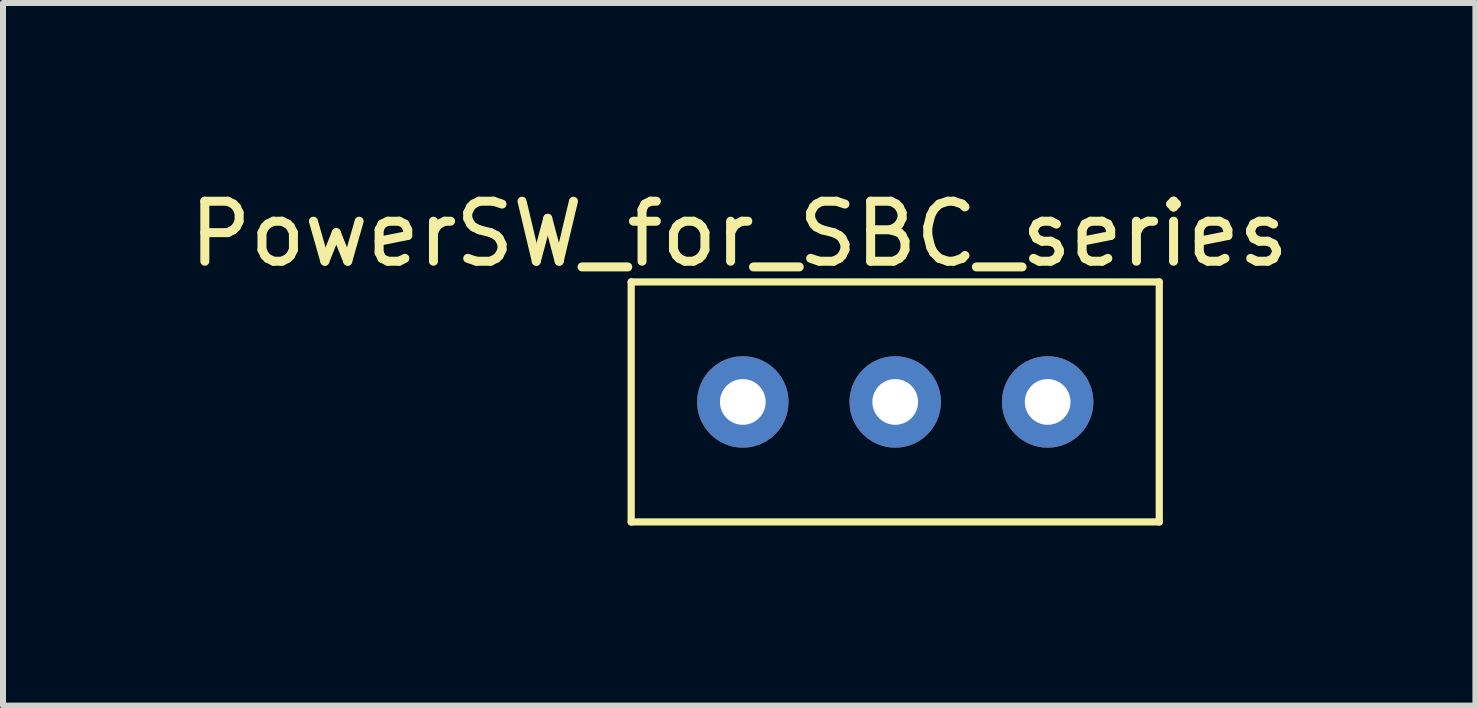
<source format=kicad_pcb>
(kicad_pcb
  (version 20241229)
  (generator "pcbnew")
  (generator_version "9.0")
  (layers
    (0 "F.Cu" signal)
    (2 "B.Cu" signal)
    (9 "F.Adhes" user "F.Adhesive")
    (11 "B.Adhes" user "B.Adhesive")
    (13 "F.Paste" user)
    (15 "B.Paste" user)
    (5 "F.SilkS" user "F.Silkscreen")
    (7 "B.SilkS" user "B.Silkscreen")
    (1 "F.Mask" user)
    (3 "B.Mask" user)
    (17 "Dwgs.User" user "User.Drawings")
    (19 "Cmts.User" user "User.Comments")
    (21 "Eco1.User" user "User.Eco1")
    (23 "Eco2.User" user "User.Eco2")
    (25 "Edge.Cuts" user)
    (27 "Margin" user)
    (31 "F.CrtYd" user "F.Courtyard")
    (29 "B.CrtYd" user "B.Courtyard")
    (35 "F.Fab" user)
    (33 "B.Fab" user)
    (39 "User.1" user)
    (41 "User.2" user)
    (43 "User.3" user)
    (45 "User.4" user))
  (footprint "PowerSW_for_SBC_series"
    (layer "F.Cu")
    (at 11.868 3.648)
    (property "Reference" "PowerSW_for_SBC_series" (at -2.6 -2.8 0) (layer "F.SilkS") (effects (font (size 1 1) (thickness 0.15))))
    (attr through_hole)
    (fp_line (start -4.4 -2) (end 4.4 -2) (stroke (width 0.12) (type solid)) (layer "F.SilkS"))
    (fp_line (start -4.4 2) (end -4.4 -2) (stroke (width 0.12) (type solid)) (layer "F.SilkS"))
    (fp_line (start 4.4 -2) (end 4.4 2) (stroke (width 0.12) (type solid)) (layer "F.SilkS"))
    (fp_line (start 4.4 2) (end -4.4 2) (stroke (width 0.12) (type solid)) (layer "F.SilkS"))
    (pad "1" thru_hole circle (at 2.54 0) (size 1.524 1.524) (drill 0.762) (layers "*.Cu" "*.Mask"))
    (pad "2" thru_hole circle (at 0 0) (size 1.524 1.524) (drill 0.762) (layers "*.Cu" "*.Mask"))
    (pad "3" thru_hole circle (at -2.54 0) (size 1.524 1.524) (drill 0.762) (layers "*.Cu" "*.Mask")))
  (gr_rect
    (start -3 -3)
    (end 21.536 8.708)
    (stroke (width 0.1) (type default))
    (fill no)
    (layer "Edge.Cuts")))
</source>
